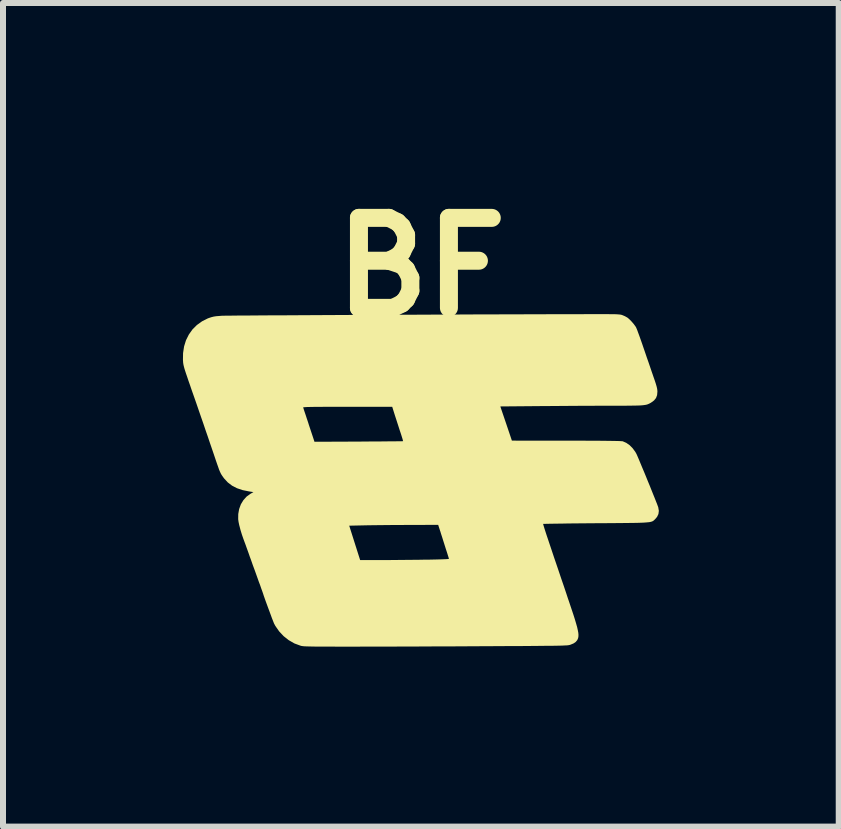
<source format=kicad_pcb>
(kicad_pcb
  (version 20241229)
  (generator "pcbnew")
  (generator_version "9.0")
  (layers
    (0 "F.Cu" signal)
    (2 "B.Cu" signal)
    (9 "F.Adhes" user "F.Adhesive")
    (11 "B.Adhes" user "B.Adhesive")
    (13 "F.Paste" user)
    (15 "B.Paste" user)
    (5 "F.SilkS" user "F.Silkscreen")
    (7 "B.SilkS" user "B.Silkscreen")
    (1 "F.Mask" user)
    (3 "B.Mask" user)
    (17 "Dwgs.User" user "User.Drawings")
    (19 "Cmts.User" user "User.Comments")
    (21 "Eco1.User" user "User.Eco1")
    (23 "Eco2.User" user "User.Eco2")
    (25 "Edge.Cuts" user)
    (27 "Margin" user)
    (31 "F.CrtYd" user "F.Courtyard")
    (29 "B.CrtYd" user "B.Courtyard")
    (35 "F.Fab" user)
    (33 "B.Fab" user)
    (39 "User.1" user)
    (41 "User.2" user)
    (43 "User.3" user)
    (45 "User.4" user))
  (footprint "BF"
    (layer "F.Cu")
    (at 3.97 4.96)
    (property "Reference" "BF" (at 0 -3.556 0) (layer "F.SilkS") (effects (font (size 1.5 1.5) (thickness 0.3))))
    (attr board_only exclude_from_pos_files exclude_from_bom)
    (fp_poly (pts (xy 3.016 -2.773) (xy 3.095 -2.773) (xy 3.158 -2.772) (xy 3.209 -2.772) (xy 3.249 -2.771) (xy 3.281 -2.769) (xy 3.305 -2.767) (xy 3.323 -2.765) (xy 3.338 -2.762) (xy 3.351 -2.758) (xy 3.361 -2.754) (xy 3.397 -2.739) (xy 3.431 -2.72) (xy 3.447 -2.71) (xy 3.477 -2.683) (xy 3.512 -2.647) (xy 3.547 -2.606) (xy 3.576 -2.566) (xy 3.583 -2.555) (xy 3.59 -2.539) (xy 3.603 -2.508) (xy 3.619 -2.464) (xy 3.639 -2.41) (xy 3.661 -2.348) (xy 3.685 -2.28) (xy 3.705 -2.221) (xy 3.733 -2.14) (xy 3.762 -2.054) (xy 3.792 -1.969) (xy 3.82 -1.887) (xy 3.845 -1.813) (xy 3.867 -1.75) (xy 3.874 -1.729) (xy 3.897 -1.663) (xy 3.914 -1.611) (xy 3.926 -1.57) (xy 3.934 -1.537) (xy 3.938 -1.511) (xy 3.94 -1.487) (xy 3.94 -1.481) (xy 3.935 -1.423) (xy 3.917 -1.375) (xy 3.884 -1.334) (xy 3.835 -1.298) (xy 3.825 -1.292) (xy 3.808 -1.283) (xy 3.791 -1.275) (xy 3.773 -1.268) (xy 3.752 -1.262) (xy 3.727 -1.258) (xy 3.696 -1.254) (xy 3.658 -1.251) (xy 3.611 -1.249) (xy 3.554 -1.248) (xy 3.485 -1.247) (xy 3.402 -1.246) (xy 3.304 -1.246) (xy 3.196 -1.246) (xy 3.1 -1.246) (xy 2.989 -1.246) (xy 2.867 -1.245) (xy 2.735 -1.245) (xy 2.598 -1.244) (xy 2.458 -1.243) (xy 2.318 -1.242) (xy 2.182 -1.241) (xy 2.052 -1.24) (xy 2.012 -1.24) (xy 1.321 -1.234) (xy 1.418 -0.949) (xy 1.514 -0.664) (xy 2.421 -0.663) (xy 2.582 -0.663) (xy 2.725 -0.663) (xy 2.852 -0.662) (xy 2.962 -0.662) (xy 3.058 -0.661) (xy 3.139 -0.66) (xy 3.207 -0.659) (xy 3.262 -0.658) (xy 3.304 -0.657) (xy 3.335 -0.655) (xy 3.355 -0.654) (xy 3.364 -0.652) (xy 3.421 -0.627) (xy 3.477 -0.588) (xy 3.528 -0.536) (xy 3.572 -0.476) (xy 3.591 -0.442) (xy 3.601 -0.42) (xy 3.616 -0.385) (xy 3.636 -0.338) (xy 3.66 -0.28) (xy 3.687 -0.215) (xy 3.717 -0.144) (xy 3.748 -0.069) (xy 3.779 0.008) (xy 3.811 0.085) (xy 3.841 0.16) (xy 3.869 0.23) (xy 3.895 0.294) (xy 3.917 0.35) (xy 3.935 0.395) (xy 3.947 0.428) (xy 3.954 0.446) (xy 3.954 0.448) (xy 3.964 0.507) (xy 3.957 0.56) (xy 3.934 0.608) (xy 3.903 0.644) (xy 3.893 0.654) (xy 3.883 0.663) (xy 3.874 0.671) (xy 3.863 0.678) (xy 3.85 0.684) (xy 3.833 0.689) (xy 3.812 0.694) (xy 3.785 0.697) (xy 3.751 0.7) (xy 3.71 0.703) (xy 3.659 0.705) (xy 3.599 0.707) (xy 3.527 0.708) (xy 3.444 0.709) (xy 3.347 0.71) (xy 3.235 0.711) (xy 3.108 0.712) (xy 2.965 0.713) (xy 2.91 0.713) (xy 2.786 0.714) (xy 2.667 0.715) (xy 2.555 0.716) (xy 2.451 0.717) (xy 2.355 0.719) (xy 2.269 0.72) (xy 2.195 0.721) (xy 2.134 0.722) (xy 2.086 0.723) (xy 2.053 0.724) (xy 2.037 0.724) (xy 2.035 0.725) (xy 2.037 0.734) (xy 2.044 0.759) (xy 2.056 0.798) (xy 2.072 0.848) (xy 2.092 0.91) (xy 2.116 0.981) (xy 2.142 1.059) (xy 2.17 1.142) (xy 2.181 1.175) (xy 2.216 1.28) (xy 2.255 1.394) (xy 2.296 1.515) (xy 2.337 1.637) (xy 2.378 1.756) (xy 2.416 1.869) (xy 2.45 1.972) (xy 2.466 2.018) (xy 2.504 2.132) (xy 2.537 2.23) (xy 2.564 2.315) (xy 2.585 2.386) (xy 2.602 2.446) (xy 2.613 2.496) (xy 2.621 2.538) (xy 2.624 2.572) (xy 2.623 2.601) (xy 2.619 2.625) (xy 2.611 2.646) (xy 2.602 2.664) (xy 2.577 2.693) (xy 2.542 2.717) (xy 2.491 2.738) (xy 2.482 2.741) (xy 2.474 2.743) (xy 2.464 2.745) (xy 2.452 2.747) (xy 2.435 2.749) (xy 2.414 2.75) (xy 2.387 2.751) (xy 2.354 2.753) (xy 2.314 2.754) (xy 2.265 2.755) (xy 2.207 2.756) (xy 2.139 2.757) (xy 2.061 2.757) (xy 1.97 2.758) (xy 1.867 2.759) (xy 1.751 2.76) (xy 1.62 2.761) (xy 1.474 2.761) (xy 1.312 2.762) (xy 1.132 2.763) (xy 1.097 2.763) (xy 0.925 2.764) (xy 0.745 2.765) (xy 0.561 2.766) (xy 0.374 2.767) (xy 0.187 2.767) (xy 0.001 2.768) (xy -0.181 2.769) (xy -0.358 2.769) (xy -0.527 2.77) (xy -0.687 2.77) (xy -0.835 2.77) (xy -0.969 2.77) (xy -1.087 2.771) (xy -1.097 2.771) (xy -1.241 2.771) (xy -1.369 2.771) (xy -1.481 2.77) (xy -1.578 2.77) (xy -1.661 2.77) (xy -1.732 2.77) (xy -1.792 2.769) (xy -1.842 2.768) (xy -1.883 2.767) (xy -1.916 2.766) (xy -1.943 2.765) (xy -1.964 2.763) (xy -1.98 2.761) (xy -1.994 2.759) (xy -2.005 2.756) (xy -2.012 2.754) (xy -2.112 2.717) (xy -2.206 2.663) (xy -2.291 2.596) (xy -2.366 2.516) (xy -2.429 2.426) (xy -2.451 2.385) (xy -2.458 2.368) (xy -2.47 2.337) (xy -2.487 2.294) (xy -2.506 2.242) (xy -2.527 2.185) (xy -2.549 2.126) (xy -2.571 2.066) (xy -2.592 2.009) (xy -2.61 1.958) (xy -2.625 1.915) (xy -2.635 1.883) (xy -2.637 1.878) (xy -2.642 1.863) (xy -2.652 1.835) (xy -2.667 1.794) (xy -2.684 1.744) (xy -2.705 1.689) (xy -2.718 1.652) (xy -2.744 1.579) (xy -2.774 1.495) (xy -2.806 1.409) (xy -2.835 1.326) (xy -2.862 1.253) (xy -2.862 1.251) (xy -2.884 1.189) (xy -2.906 1.128) (xy -2.926 1.072) (xy -2.944 1.024) (xy -2.957 0.988) (xy -2.961 0.978) (xy -2.988 0.9) (xy -3.011 0.824) (xy -3.029 0.754) (xy -1.198 0.754) (xy -1.107 1.041) (xy -1.016 1.327) (xy -0.708 1.327) (xy -0.631 1.327) (xy -0.54 1.327) (xy -0.438 1.326) (xy -0.33 1.325) (xy -0.219 1.324) (xy -0.11 1.323) (xy -0.005 1.322) (xy 0.034 1.321) (xy 0.144 1.32) (xy 0.237 1.318) (xy 0.313 1.316) (xy 0.372 1.314) (xy 0.417 1.312) (xy 0.447 1.31) (xy 0.462 1.307) (xy 0.465 1.306) (xy 0.45 1.258) (xy 0.432 1.2) (xy 0.411 1.136) (xy 0.39 1.069) (xy 0.369 1.003) (xy 0.35 0.942) (xy 0.333 0.89) (xy 0.321 0.85) (xy 0.318 0.842) (xy 0.285 0.74) (xy -0.18 0.742) (xy -0.282 0.742) (xy -0.389 0.743) (xy -0.497 0.743) (xy -0.602 0.744) (xy -0.702 0.745) (xy -0.793 0.746) (xy -0.872 0.747) (xy -0.922 0.748) (xy -1.198 0.754) (xy -3.029 0.754) (xy -3.03 0.753) (xy -3.043 0.691) (xy -3.049 0.647) (xy -3.048 0.56) (xy -3.033 0.476) (xy -3.004 0.397) (xy -2.962 0.328) (xy -2.908 0.268) (xy -2.845 0.223) (xy -2.795 0.194) (xy -2.867 0.183) (xy -2.975 0.161) (xy -3.07 0.129) (xy -3.151 0.087) (xy -3.222 0.033) (xy -3.284 -0.034) (xy -3.295 -0.049) (xy -3.312 -0.073) (xy -3.327 -0.095) (xy -3.34 -0.118) (xy -3.353 -0.146) (xy -3.367 -0.179) (xy -3.382 -0.222) (xy -3.401 -0.276) (xy -3.425 -0.345) (xy -3.427 -0.352) (xy -3.474 -0.491) (xy -3.517 -0.616) (xy -3.556 -0.732) (xy -3.594 -0.841) (xy -3.63 -0.948) (xy -3.668 -1.057) (xy -3.707 -1.17) (xy -3.723 -1.217) (xy -1.966 -1.217) (xy -1.966 -1.217) (xy -1.962 -1.206) (xy -1.954 -1.18) (xy -1.941 -1.141) (xy -1.924 -1.091) (xy -1.905 -1.032) (xy -1.883 -0.967) (xy -1.87 -0.925) (xy -1.777 -0.645) (xy -1.04 -0.648) (xy -0.926 -0.649) (xy -0.818 -0.65) (xy -0.716 -0.65) (xy -0.622 -0.651) (xy -0.538 -0.652) (xy -0.464 -0.652) (xy -0.402 -0.653) (xy -0.354 -0.653) (xy -0.32 -0.654) (xy -0.302 -0.654) (xy -0.3 -0.655) (xy -0.302 -0.663) (xy -0.308 -0.687) (xy -0.319 -0.723) (xy -0.333 -0.768) (xy -0.35 -0.819) (xy -0.356 -0.836) (xy -0.376 -0.899) (xy -0.397 -0.964) (xy -0.417 -1.026) (xy -0.435 -1.081) (xy -0.448 -1.122) (xy -0.481 -1.228) (xy -1.226 -1.228) (xy -1.364 -1.228) (xy -1.485 -1.228) (xy -1.589 -1.228) (xy -1.679 -1.227) (xy -1.754 -1.227) (xy -1.817 -1.226) (xy -1.867 -1.225) (xy -1.905 -1.224) (xy -1.933 -1.222) (xy -1.952 -1.221) (xy -1.963 -1.219) (xy -1.966 -1.217) (xy -3.723 -1.217) (xy -3.747 -1.287) (xy -3.788 -1.404) (xy -3.824 -1.506) (xy -3.854 -1.594) (xy -3.88 -1.668) (xy -3.901 -1.731) (xy -3.919 -1.783) (xy -3.933 -1.826) (xy -3.944 -1.861) (xy -3.952 -1.89) (xy -3.958 -1.914) (xy -3.962 -1.933) (xy -3.965 -1.951) (xy -3.967 -1.967) (xy -3.968 -1.983) (xy -3.969 -2) (xy -3.97 -2.008) (xy -3.968 -2.124) (xy -3.951 -2.235) (xy -3.919 -2.338) (xy -3.872 -2.432) (xy -3.812 -2.517) (xy -3.738 -2.591) (xy -3.652 -2.653) (xy -3.555 -2.702) (xy -3.521 -2.714) (xy -3.489 -2.724) (xy -3.456 -2.732) (xy -3.418 -2.738) (xy -3.37 -2.742) (xy -3.318 -2.746) (xy -3.301 -2.746) (xy -3.266 -2.747) (xy -3.215 -2.747) (xy -3.148 -2.748) (xy -3.067 -2.749) (xy -2.971 -2.749) (xy -2.862 -2.75) (xy -2.74 -2.751) (xy -2.607 -2.752) (xy -2.462 -2.753) (xy -2.308 -2.753) (xy -2.144 -2.754) (xy -1.972 -2.755) (xy -1.792 -2.756) (xy -1.605 -2.757) (xy -1.412 -2.758) (xy -1.213 -2.759) (xy -1.01 -2.76) (xy -0.803 -2.761) (xy -0.593 -2.762) (xy -0.381 -2.763) (xy -0.167 -2.763) (xy 0.047 -2.764) (xy 0.261 -2.765) (xy 0.474 -2.766) (xy 0.685 -2.767) (xy 0.894 -2.768) (xy 1.1 -2.768) (xy 1.301 -2.769) (xy 1.497 -2.77) (xy 1.688 -2.77) (xy 1.872 -2.771) (xy 2.049 -2.771) (xy 2.218 -2.772) (xy 2.378 -2.772) (xy 2.528 -2.772) (xy 2.668 -2.772) (xy 2.796 -2.773) (xy 2.913 -2.773) (xy 2.922 -2.773)) (stroke (width 0) (type solid)) (fill yes) (layer "F.SilkS")))
  (gr_rect
    (start -3 -3)
    (end 10.933 10.731)
    (stroke (width 0.1) (type default))
    (fill no)
    (layer "Edge.Cuts")))
</source>
